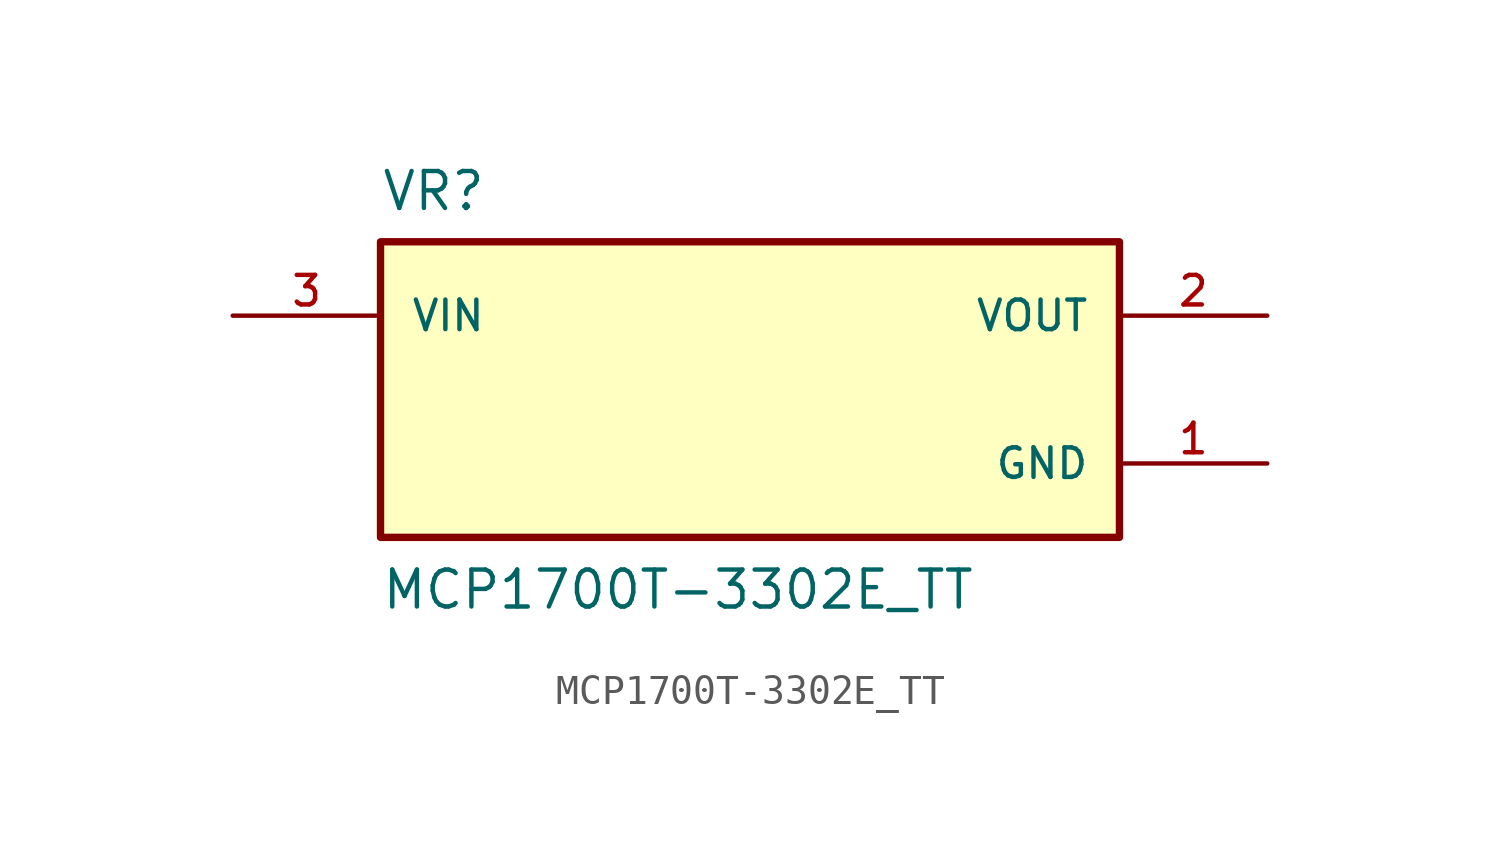
<source format=kicad_sym>
(kicad_symbol_lib
  (version 20211014)
  (generator kicad_symbol_editor)
  (symbol "MCP1700T-3302E_TT"
    (pin_names
      (offset 1.016))
    (property "Reference" "VR"
      (at -12.7 6.08 0.0)
      (effects (font (size 1.27 1.27)) (justify bottom left)))
    (property "Value" "MCP1700T-3302E_TT"
      (at -12.7 -7.62 0.0)
      (effects (font (size 1.27 1.27)) (justify bottom left)))
    (symbol "MCP1700T-3302E_TT_0_0"
      (rectangle (start -12.7 -5.08) (end 12.7 5.08) (stroke (width 0.254)) (fill (type background)))
      (pin input line (at -17.78 2.54 0) (length 5.08) (name "VIN" (effects (font (size 1.016 1.016)))) (number "3" (effects (font (size 1.016 1.016)))))
      (pin output line (at 17.78 2.54 180.0) (length 5.08) (name "VOUT" (effects (font (size 1.016 1.016)))) (number "2" (effects (font (size 1.016 1.016)))))
      (pin power_in line (at 17.78 -2.54 180.0) (length 5.08) (name "GND" (effects (font (size 1.016 1.016)))) (number "1" (effects (font (size 1.016 1.016))))))))
</source>
